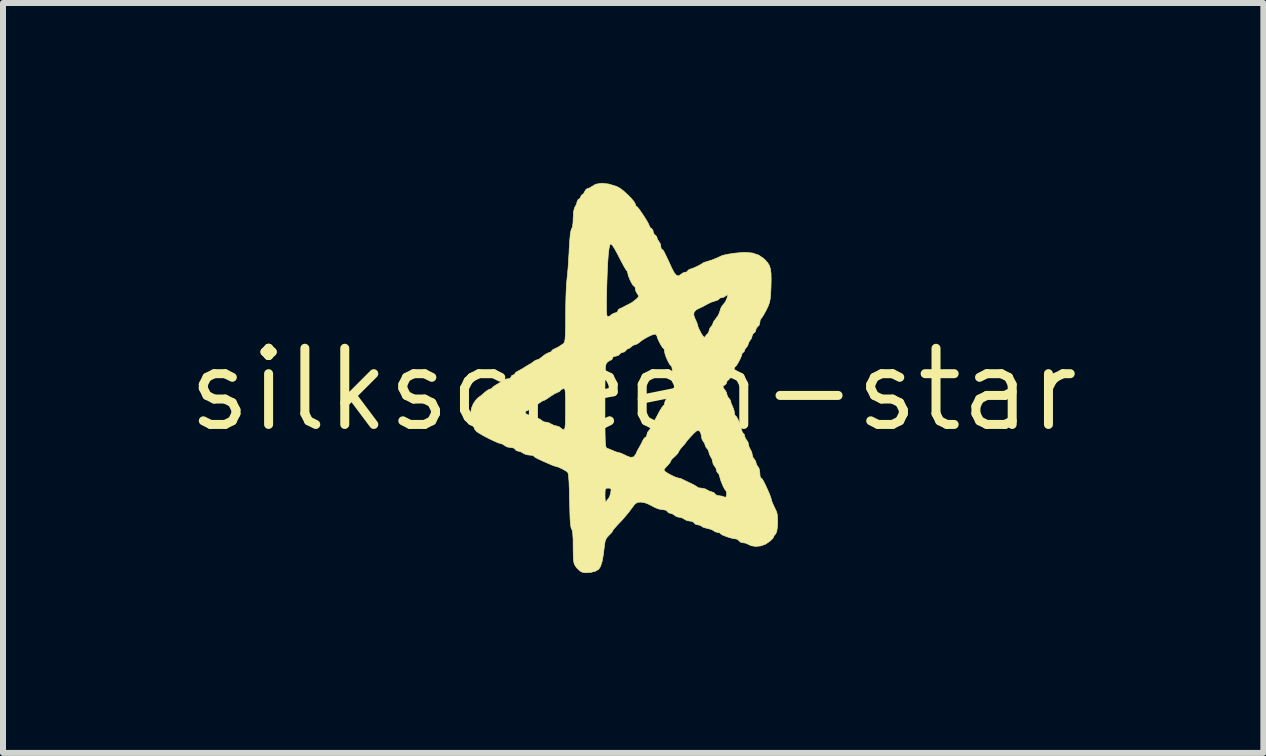
<source format=kicad_pcb>
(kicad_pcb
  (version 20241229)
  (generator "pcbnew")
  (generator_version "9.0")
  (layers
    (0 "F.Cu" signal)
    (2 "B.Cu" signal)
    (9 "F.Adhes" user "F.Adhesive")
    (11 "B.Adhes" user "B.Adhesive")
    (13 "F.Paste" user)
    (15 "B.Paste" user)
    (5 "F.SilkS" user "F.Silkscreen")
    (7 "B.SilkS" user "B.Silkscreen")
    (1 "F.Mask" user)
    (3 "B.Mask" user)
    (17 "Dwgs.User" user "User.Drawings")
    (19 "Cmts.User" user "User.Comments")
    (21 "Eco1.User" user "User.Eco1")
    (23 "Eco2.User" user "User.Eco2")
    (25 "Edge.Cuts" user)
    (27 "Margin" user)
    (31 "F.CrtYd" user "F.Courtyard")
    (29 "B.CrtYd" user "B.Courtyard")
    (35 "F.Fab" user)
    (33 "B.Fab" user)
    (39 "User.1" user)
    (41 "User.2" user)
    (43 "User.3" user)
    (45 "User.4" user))
  (footprint "silkscreen-star"
    (layer "F.Cu")
    (at 7.506 3.447)
    (property "Reference" "silkscreen-star" (at 0 0 0) (layer "F.SilkS") (effects (font (size 1.27 1.27) (thickness 0.15))))
    (attr through_hole)
    (fp_poly (pts (xy -0.406 -3.429) (xy -0.275 -3.388) (xy -0.259 -3.381) (xy -0.208 -3.351) (xy -0.147 -3.302) (xy -0.083 -3.243) (xy -0.025 -3.183) (xy 0.018 -3.13) (xy 0.037 -3.093) (xy 0.038 -3.09) (xy 0.047 -3.062) (xy 0.055 -3.058) (xy 0.075 -3.041) (xy 0.108 -2.998) (xy 0.15 -2.938) (xy 0.194 -2.871) (xy 0.233 -2.807) (xy 0.261 -2.756) (xy 0.27 -2.729) (xy 0.287 -2.699) (xy 0.302 -2.691) (xy 0.328 -2.662) (xy 0.334 -2.635) (xy 0.348 -2.594) (xy 0.366 -2.579) (xy 0.394 -2.551) (xy 0.397 -2.536) (xy 0.411 -2.496) (xy 0.429 -2.473) (xy 0.455 -2.427) (xy 0.461 -2.39) (xy 0.468 -2.351) (xy 0.481 -2.338) (xy 0.49 -2.335) (xy 0.501 -2.323) (xy 0.518 -2.295) (xy 0.542 -2.246) (xy 0.578 -2.171) (xy 0.627 -2.065) (xy 0.644 -2.027) (xy 0.688 -1.944) (xy 0.728 -1.902) (xy 0.765 -1.898) (xy 0.8 -1.926) (xy 0.841 -1.953) (xy 0.866 -1.957) (xy 0.899 -1.966) (xy 0.905 -1.977) (xy 0.923 -1.997) (xy 0.953 -2.01) (xy 1.006 -2.029) (xy 1.067 -2.056) (xy 1.122 -2.084) (xy 1.156 -2.106) (xy 1.16 -2.109) (xy 1.186 -2.123) (xy 1.234 -2.137) (xy 1.328 -2.167) (xy 1.455 -2.222) (xy 1.48 -2.235) (xy 1.517 -2.245) (xy 1.583 -2.259) (xy 1.666 -2.272) (xy 1.692 -2.276) (xy 1.855 -2.29) (xy 1.987 -2.279) (xy 2.095 -2.243) (xy 2.185 -2.18) (xy 2.197 -2.168) (xy 2.24 -2.12) (xy 2.271 -2.071) (xy 2.29 -2.012) (xy 2.299 -1.936) (xy 2.301 -1.834) (xy 2.298 -1.698) (xy 2.292 -1.59) (xy 2.285 -1.512) (xy 2.273 -1.452) (xy 2.253 -1.397) (xy 2.224 -1.337) (xy 2.22 -1.328) (xy 2.183 -1.26) (xy 2.152 -1.209) (xy 2.132 -1.184) (xy 2.132 -1.184) (xy 2.117 -1.155) (xy 2.112 -1.119) (xy 2.101 -1.075) (xy 2.08 -1.055) (xy 2.054 -1.026) (xy 2.048 -1.002) (xy 2.034 -0.962) (xy 2.017 -0.949) (xy 1.99 -0.92) (xy 1.985 -0.898) (xy 1.971 -0.852) (xy 1.953 -0.828) (xy 1.927 -0.788) (xy 1.921 -0.766) (xy 1.906 -0.727) (xy 1.89 -0.709) (xy 1.863 -0.672) (xy 1.858 -0.653) (xy 1.846 -0.627) (xy 1.837 -0.624) (xy 1.817 -0.607) (xy 1.816 -0.6) (xy 1.807 -0.566) (xy 1.785 -0.514) (xy 1.756 -0.459) (xy 1.729 -0.413) (xy 1.71 -0.391) (xy 1.708 -0.391) (xy 1.693 -0.373) (xy 1.678 -0.329) (xy 1.678 -0.328) (xy 1.663 -0.283) (xy 1.647 -0.264) (xy 1.647 -0.264) (xy 1.63 -0.246) (xy 1.616 -0.211) (xy 1.599 -0.171) (xy 1.582 -0.158) (xy 1.564 -0.141) (xy 1.562 -0.126) (xy 1.545 -0.09) (xy 1.53 -0.081) (xy 1.502 -0.06) (xy 1.498 -0.049) (xy 1.512 -0.018) (xy 1.53 0.004) (xy 1.556 0.047) (xy 1.562 0.074) (xy 1.577 0.119) (xy 1.593 0.138) (xy 1.62 0.173) (xy 1.625 0.191) (xy 1.634 0.228) (xy 1.657 0.278) (xy 1.657 0.279) (xy 1.68 0.337) (xy 1.689 0.387) (xy 1.695 0.424) (xy 1.706 0.434) (xy 1.725 0.453) (xy 1.75 0.5) (xy 1.776 0.564) (xy 1.798 0.632) (xy 1.805 0.662) (xy 1.82 0.709) (xy 1.837 0.731) (xy 1.838 0.731) (xy 1.855 0.748) (xy 1.858 0.771) (xy 1.873 0.817) (xy 1.89 0.837) (xy 1.916 0.879) (xy 1.922 0.908) (xy 1.935 0.961) (xy 1.954 0.994) (xy 1.979 1.046) (xy 1.985 1.082) (xy 1.999 1.131) (xy 2.017 1.154) (xy 2.044 1.195) (xy 2.048 1.218) (xy 2.064 1.262) (xy 2.08 1.281) (xy 2.102 1.32) (xy 2.112 1.382) (xy 2.112 1.39) (xy 2.116 1.442) (xy 2.128 1.47) (xy 2.132 1.472) (xy 2.148 1.484) (xy 2.172 1.522) (xy 2.207 1.592) (xy 2.254 1.695) (xy 2.269 1.729) (xy 2.29 1.783) (xy 2.302 1.821) (xy 2.302 1.826) (xy 2.311 1.858) (xy 2.334 1.914) (xy 2.365 1.98) (xy 2.388 2.027) (xy 2.402 2.074) (xy 2.408 2.145) (xy 2.409 2.227) (xy 2.403 2.306) (xy 2.393 2.369) (xy 2.377 2.403) (xy 2.377 2.403) (xy 2.35 2.434) (xy 2.345 2.448) (xy 2.328 2.481) (xy 2.282 2.524) (xy 2.219 2.568) (xy 2.203 2.578) (xy 2.126 2.605) (xy 2.042 2.613) (xy 1.966 2.601) (xy 1.931 2.584) (xy 1.877 2.559) (xy 1.834 2.552) (xy 1.788 2.541) (xy 1.766 2.519) (xy 1.737 2.494) (xy 1.708 2.488) (xy 1.663 2.481) (xy 1.602 2.465) (xy 1.539 2.443) (xy 1.486 2.421) (xy 1.458 2.402) (xy 1.456 2.398) (xy 1.438 2.385) (xy 1.415 2.382) (xy 1.366 2.368) (xy 1.346 2.354) (xy 1.308 2.332) (xy 1.248 2.315) (xy 1.234 2.312) (xy 1.179 2.298) (xy 1.145 2.281) (xy 1.142 2.276) (xy 1.118 2.26) (xy 1.083 2.255) (xy 1.039 2.243) (xy 1.019 2.223) (xy 0.991 2.199) (xy 0.947 2.191) (xy 0.891 2.18) (xy 0.856 2.16) (xy 0.81 2.134) (xy 0.772 2.128) (xy 0.721 2.116) (xy 0.694 2.096) (xy 0.652 2.069) (xy 0.627 2.064) (xy 0.587 2.05) (xy 0.574 2.033) (xy 0.545 2.009) (xy 0.499 2.001) (xy 0.433 1.991) (xy 0.374 1.969) (xy 0.307 1.935) (xy 0.251 1.906) (xy 0.184 1.882) (xy 0.119 1.874) (xy 0.067 1.881) (xy 0.027 1.91) (xy -0.005 1.952) (xy -0.079 2.051) (xy -0.176 2.165) (xy -0.275 2.27) (xy -0.315 2.316) (xy -0.34 2.349) (xy -0.343 2.358) (xy -0.358 2.382) (xy -0.394 2.419) (xy -0.405 2.43) (xy -0.443 2.472) (xy -0.466 2.522) (xy -0.478 2.596) (xy -0.479 2.608) (xy -0.498 2.759) (xy -0.519 2.871) (xy -0.545 2.949) (xy -0.575 2.995) (xy -0.63 3.027) (xy -0.709 3.047) (xy -0.796 3.052) (xy -0.845 3.045) (xy -0.886 3.023) (xy -0.933 2.979) (xy -0.945 2.964) (xy -0.968 2.932) (xy -0.983 2.901) (xy -0.992 2.861) (xy -0.997 2.805) (xy -0.999 2.722) (xy -1 2.62) (xy -1.001 2.489) (xy -1.007 2.397) (xy -1.016 2.342) (xy -1.026 2.322) (xy -1.036 2.297) (xy -1.044 2.244) (xy -1.051 2.158) (xy -1.055 2.037) (xy -1.059 1.877) (xy -1.06 1.848) (xy -1.062 1.754) (xy -0.469 1.754) (xy -0.469 1.773) (xy -0.466 1.836) (xy -0.461 1.872) (xy -0.455 1.874) (xy -0.427 1.832) (xy -0.415 1.821) (xy -0.394 1.787) (xy -0.376 1.732) (xy -0.374 1.72) (xy -0.367 1.669) (xy -0.376 1.646) (xy -0.406 1.641) (xy -0.415 1.641) (xy -0.445 1.643) (xy -0.462 1.656) (xy -0.468 1.69) (xy -0.469 1.754) (xy -1.062 1.754) (xy -1.064 1.672) (xy -1.069 1.538) (xy -1.076 1.445) (xy -1.085 1.391) (xy -1.091 1.377) (xy -1.127 1.351) (xy -1.162 1.332) (xy 0.515 1.332) (xy 0.522 1.354) (xy 0.533 1.364) (xy 0.579 1.395) (xy 0.64 1.428) (xy 0.7 1.456) (xy 0.744 1.471) (xy 0.751 1.472) (xy 0.793 1.481) (xy 0.816 1.492) (xy 0.855 1.511) (xy 0.917 1.541) (xy 0.958 1.56) (xy 1.018 1.59) (xy 1.06 1.615) (xy 1.071 1.625) (xy 1.095 1.637) (xy 1.136 1.641) (xy 1.196 1.652) (xy 1.235 1.672) (xy 1.283 1.697) (xy 1.314 1.704) (xy 1.352 1.72) (xy 1.363 1.736) (xy 1.392 1.76) (xy 1.432 1.768) (xy 1.487 1.776) (xy 1.519 1.789) (xy 1.544 1.795) (xy 1.556 1.767) (xy 1.558 1.754) (xy 1.557 1.708) (xy 1.547 1.686) (xy 1.522 1.653) (xy 1.493 1.594) (xy 1.465 1.525) (xy 1.446 1.461) (xy 1.445 1.456) (xy 1.43 1.409) (xy 1.413 1.387) (xy 1.412 1.387) (xy 1.396 1.369) (xy 1.392 1.347) (xy 1.377 1.3) (xy 1.361 1.281) (xy 1.334 1.239) (xy 1.328 1.21) (xy 1.315 1.157) (xy 1.296 1.124) (xy 1.272 1.077) (xy 1.265 1.047) (xy 1.25 1.004) (xy 1.234 0.985) (xy 1.207 0.948) (xy 1.202 0.928) (xy 1.188 0.888) (xy 1.17 0.865) (xy 1.146 0.821) (xy 1.138 0.774) (xy 1.127 0.721) (xy 1.106 0.688) (xy 1.084 0.678) (xy 1.057 0.688) (xy 1.017 0.723) (xy 0.979 0.762) (xy 0.931 0.815) (xy 0.896 0.854) (xy 0.884 0.872) (xy 0.871 0.892) (xy 0.838 0.93) (xy 0.821 0.949) (xy 0.782 0.995) (xy 0.76 1.031) (xy 0.757 1.039) (xy 0.742 1.065) (xy 0.705 1.104) (xy 0.695 1.113) (xy 0.654 1.15) (xy 0.632 1.178) (xy 0.631 1.182) (xy 0.613 1.218) (xy 0.561 1.278) (xy 0.54 1.3) (xy 0.515 1.332) (xy -1.162 1.332) (xy -1.181 1.321) (xy -1.237 1.295) (xy -1.276 1.281) (xy -1.28 1.281) (xy -1.311 1.273) (xy -1.362 1.254) (xy -1.377 1.247) (xy -1.489 1.198) (xy -1.568 1.162) (xy -1.618 1.137) (xy -1.645 1.12) (xy -1.655 1.109) (xy -1.656 1.107) (xy -1.674 1.096) (xy -1.72 1.091) (xy -1.728 1.091) (xy -1.787 1.082) (xy -1.831 1.06) (xy -1.833 1.059) (xy -1.88 1.032) (xy -1.909 1.027) (xy -1.95 1.014) (xy -1.966 0.995) (xy -1.995 0.971) (xy -2.047 0.964) (xy -2.103 0.954) (xy -2.142 0.932) (xy -2.143 0.932) (xy -2.182 0.905) (xy -2.204 0.9) (xy -2.239 0.89) (xy -2.3 0.865) (xy -2.377 0.829) (xy -2.458 0.788) (xy -2.532 0.747) (xy -2.589 0.712) (xy -2.613 0.694) (xy -2.643 0.658) (xy -2.651 0.635) (xy -2.665 0.601) (xy -2.682 0.583) (xy -2.706 0.54) (xy -2.715 0.47) (xy -2.71 0.39) (xy -1.799 0.39) (xy -1.768 0.414) (xy -1.735 0.424) (xy -1.674 0.441) (xy -1.608 0.466) (xy -1.55 0.494) (xy -1.515 0.519) (xy -1.511 0.524) (xy -1.487 0.537) (xy -1.457 0.54) (xy -1.402 0.553) (xy -1.369 0.571) (xy -1.317 0.597) (xy -1.283 0.603) (xy -1.233 0.618) (xy -1.211 0.636) (xy -1.175 0.662) (xy -1.156 0.667) (xy -1.145 0.66) (xy -1.137 0.634) (xy -1.131 0.585) (xy -1.128 0.506) (xy -1.127 0.393) (xy -1.127 0.32) (xy -1.127 0.271) (xy -0.47 0.271) (xy -0.47 0.461) (xy -0.47 0.613) (xy -0.468 0.732) (xy -0.466 0.821) (xy -0.463 0.885) (xy -0.459 0.929) (xy -0.453 0.955) (xy -0.445 0.97) (xy -0.435 0.977) (xy -0.433 0.977) (xy -0.388 0.994) (xy -0.331 1.018) (xy -0.33 1.019) (xy -0.276 1.04) (xy -0.236 1.05) (xy -0.234 1.05) (xy -0.199 1.061) (xy -0.145 1.086) (xy -0.121 1.099) (xy -0.046 1.128) (xy 0.009 1.121) (xy 0.044 1.077) (xy 0.046 1.071) (xy 0.067 1.024) (xy 0.079 1.001) (xy 0.118 0.933) (xy 0.143 0.887) (xy 0.162 0.846) (xy 0.164 0.842) (xy 0.188 0.805) (xy 0.206 0.794) (xy 0.225 0.777) (xy 0.228 0.756) (xy 0.24 0.71) (xy 0.252 0.695) (xy 0.266 0.678) (xy 0.283 0.655) (xy 0.304 0.618) (xy 0.336 0.56) (xy 0.38 0.474) (xy 0.406 0.425) (xy 0.445 0.352) (xy 0.479 0.297) (xy 0.502 0.268) (xy 0.506 0.265) (xy 0.521 0.247) (xy 0.524 0.224) (xy 0.539 0.176) (xy 0.556 0.152) (xy 0.582 0.117) (xy 0.588 0.1) (xy 0.605 0.075) (xy 0.62 0.067) (xy 0.648 0.04) (xy 0.651 0.025) (xy 0.666 -0.013) (xy 0.683 -0.031) (xy 0.705 -0.072) (xy 0.715 -0.14) (xy 0.715 -0.148) (xy 0.707 -0.217) (xy 0.686 -0.262) (xy 0.683 -0.264) (xy 0.658 -0.305) (xy 0.651 -0.339) (xy 0.645 -0.38) (xy 0.635 -0.395) (xy 0.611 -0.42) (xy 0.582 -0.472) (xy 0.553 -0.535) (xy 0.532 -0.595) (xy 0.524 -0.635) (xy 0.518 -0.675) (xy 0.507 -0.687) (xy 0.489 -0.705) (xy 0.462 -0.747) (xy 0.433 -0.802) (xy 0.409 -0.854) (xy 0.398 -0.891) (xy 0.397 -0.894) (xy 0.381 -0.921) (xy 0.373 -0.925) (xy 0.336 -0.921) (xy 0.277 -0.897) (xy 0.208 -0.861) (xy 0.141 -0.819) (xy 0.089 -0.777) (xy 0.049 -0.754) (xy 0.031 -0.751) (xy -0.007 -0.736) (xy -0.026 -0.719) (xy -0.061 -0.692) (xy -0.079 -0.687) (xy -0.109 -0.67) (xy -0.118 -0.656) (xy -0.147 -0.629) (xy -0.171 -0.624) (xy -0.211 -0.609) (xy -0.224 -0.592) (xy -0.252 -0.568) (xy -0.29 -0.56) (xy -0.333 -0.549) (xy -0.343 -0.529) (xy -0.355 -0.5) (xy -0.364 -0.497) (xy -0.395 -0.484) (xy -0.428 -0.46) (xy -0.439 -0.449) (xy -0.449 -0.433) (xy -0.456 -0.41) (xy -0.461 -0.373) (xy -0.465 -0.319) (xy -0.468 -0.243) (xy -0.469 -0.141) (xy -0.47 -0.007) (xy -0.47 0.161) (xy -0.47 0.271) (xy -1.127 0.271) (xy -1.127 0.192) (xy -1.128 0.1) (xy -1.131 0.039) (xy -1.136 0.003) (xy -1.144 -0.015) (xy -1.156 -0.019) (xy -1.169 -0.016) (xy -1.203 0.000016) (xy -1.211 0.012) (xy -1.229 0.031) (xy -1.259 0.044) (xy -1.305 0.065) (xy -1.364 0.102) (xy -1.39 0.12) (xy -1.442 0.155) (xy -1.481 0.177) (xy -1.492 0.18) (xy -1.519 0.192) (xy -1.564 0.222) (xy -1.58 0.233) (xy -1.629 0.267) (xy -1.667 0.285) (xy -1.674 0.286) (xy -1.697 0.3) (xy -1.698 0.307) (xy -1.716 0.327) (xy -1.751 0.341) (xy -1.794 0.363) (xy -1.799 0.39) (xy -2.71 0.39) (xy -2.71 0.387) (xy -2.693 0.303) (xy -2.665 0.235) (xy -2.627 0.179) (xy -2.589 0.137) (xy -2.578 0.129) (xy -2.537 0.1) (xy -2.486 0.056) (xy -2.477 0.048) (xy -2.431 0.011) (xy -2.392 -0.009) (xy -2.385 -0.01) (xy -2.357 -0.019) (xy -2.354 -0.026) (xy -2.337 -0.045) (xy -2.294 -0.075) (xy -2.259 -0.095) (xy -2.205 -0.127) (xy -2.17 -0.153) (xy -2.164 -0.163) (xy -2.145 -0.174) (xy -2.101 -0.179) (xy -2.1 -0.179) (xy -2.05 -0.189) (xy -2.037 -0.211) (xy -2.02 -0.239) (xy -2.005 -0.243) (xy -1.977 -0.255) (xy -1.973 -0.265) (xy -1.956 -0.289) (xy -1.926 -0.307) (xy -1.874 -0.334) (xy -1.816 -0.369) (xy -1.814 -0.37) (xy -1.762 -0.403) (xy -1.722 -0.426) (xy -1.719 -0.427) (xy -1.676 -0.455) (xy -1.659 -0.469) (xy -1.621 -0.493) (xy -1.602 -0.497) (xy -1.569 -0.51) (xy -1.523 -0.543) (xy -1.516 -0.55) (xy -1.463 -0.59) (xy -1.413 -0.615) (xy -1.409 -0.616) (xy -1.371 -0.631) (xy -1.359 -0.645) (xy -1.342 -0.665) (xy -1.322 -0.675) (xy -1.25 -0.71) (xy -1.175 -0.759) (xy -1.161 -0.77) (xy -1.149 -0.785) (xy -1.14 -0.811) (xy -1.134 -0.853) (xy -1.13 -0.918) (xy -1.127 -1.01) (xy -1.126 -1.136) (xy -1.125 -1.246) (xy -1.124 -1.391) (xy -1.124 -1.394) (xy -0.445 -1.394) (xy -0.444 -1.314) (xy -0.441 -1.261) (xy -0.435 -1.231) (xy -0.426 -1.218) (xy -0.421 -1.216) (xy -0.383 -1.231) (xy -0.368 -1.245) (xy 1.01 -1.245) (xy 1.035 -1.176) (xy 1.044 -1.158) (xy 1.066 -1.109) (xy 1.075 -1.075) (xy 1.085 -1.04) (xy 1.11 -0.986) (xy 1.141 -0.929) (xy 1.17 -0.886) (xy 1.191 -0.872) (xy 1.2 -0.885) (xy 1.224 -0.917) (xy 1.237 -0.927) (xy 1.261 -0.96) (xy 1.265 -0.982) (xy 1.281 -1.028) (xy 1.297 -1.047) (xy 1.324 -1.083) (xy 1.329 -1.102) (xy 1.342 -1.135) (xy 1.375 -1.179) (xy 1.38 -1.185) (xy 1.421 -1.243) (xy 1.446 -1.306) (xy 1.446 -1.306) (xy 1.46 -1.355) (xy 1.483 -1.396) (xy 1.524 -1.447) (xy 1.532 -1.456) (xy 1.553 -1.495) (xy 1.57 -1.542) (xy 1.578 -1.582) (xy 1.571 -1.587) (xy 1.551 -1.568) (xy 1.506 -1.54) (xy 1.475 -1.534) (xy 1.442 -1.526) (xy 1.435 -1.515) (xy 1.416 -1.497) (xy 1.372 -1.481) (xy 1.367 -1.48) (xy 1.3 -1.458) (xy 1.235 -1.426) (xy 1.182 -1.396) (xy 1.141 -1.375) (xy 1.138 -1.374) (xy 1.058 -1.336) (xy 1.017 -1.296) (xy 1.01 -1.245) (xy -0.368 -1.245) (xy -0.365 -1.248) (xy -0.323 -1.275) (xy -0.298 -1.28) (xy -0.266 -1.293) (xy -0.259 -1.309) (xy -0.241 -1.34) (xy -0.222 -1.351) (xy -0.171 -1.373) (xy -0.153 -1.384) (xy -0.106 -1.409) (xy -0.089 -1.416) (xy -0.017 -1.455) (xy 0.06 -1.516) (xy 0.064 -1.52) (xy 0.091 -1.551) (xy 0.087 -1.576) (xy 0.071 -1.596) (xy 0.044 -1.645) (xy 0.038 -1.679) (xy 0.03 -1.715) (xy 0.017 -1.724) (xy -0.003 -1.742) (xy -0.03 -1.786) (xy -0.057 -1.843) (xy -0.08 -1.9) (xy -0.089 -1.942) (xy -0.089 -1.944) (xy -0.099 -1.976) (xy -0.105 -1.982) (xy -0.121 -2.003) (xy -0.151 -2.053) (xy -0.188 -2.122) (xy -0.202 -2.148) (xy -0.261 -2.263) (xy -0.305 -2.344) (xy -0.338 -2.396) (xy -0.361 -2.423) (xy -0.375 -2.431) (xy -0.389 -2.412) (xy -0.402 -2.352) (xy -0.414 -2.253) (xy -0.424 -2.117) (xy -0.432 -1.944) (xy -0.439 -1.738) (xy -0.441 -1.656) (xy -0.444 -1.506) (xy -0.445 -1.394) (xy -1.124 -1.394) (xy -1.121 -1.533) (xy -1.116 -1.662) (xy -1.11 -1.769) (xy -1.103 -1.845) (xy -1.102 -1.851) (xy -1.094 -1.932) (xy -1.084 -2.041) (xy -1.076 -2.168) (xy -1.068 -2.297) (xy -1.067 -2.332) (xy -1.058 -2.48) (xy -1.048 -2.589) (xy -1.036 -2.656) (xy -1.026 -2.68) (xy -1.011 -2.718) (xy -1.002 -2.789) (xy -1 -2.857) (xy -0.994 -2.965) (xy -0.977 -3.034) (xy -0.968 -3.049) (xy -0.943 -3.096) (xy -0.937 -3.127) (xy -0.92 -3.166) (xy -0.904 -3.177) (xy -0.876 -3.204) (xy -0.873 -3.219) (xy -0.86 -3.246) (xy -0.851 -3.248) (xy -0.828 -3.266) (xy -0.809 -3.301) (xy -0.784 -3.341) (xy -0.758 -3.354) (xy -0.717 -3.368) (xy -0.699 -3.381) (xy -0.624 -3.426) (xy -0.524 -3.442) (xy -0.406 -3.429)) (stroke (width 0.01) (type solid)) (fill yes) (layer "F.SilkS")))
  (gr_rect
    (start -3 -3)
    (end 18.013 9.503)
    (stroke (width 0.1) (type default))
    (fill no)
    (layer "Edge.Cuts")))
</source>
